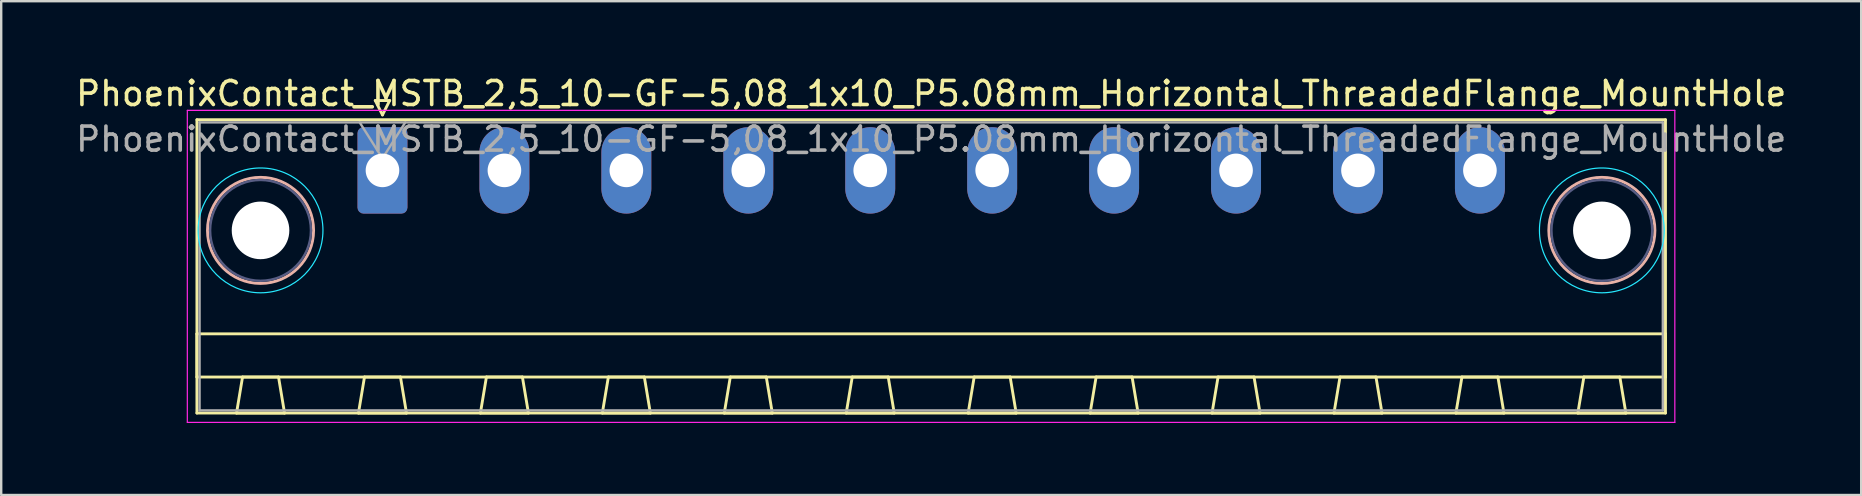
<source format=kicad_pcb>
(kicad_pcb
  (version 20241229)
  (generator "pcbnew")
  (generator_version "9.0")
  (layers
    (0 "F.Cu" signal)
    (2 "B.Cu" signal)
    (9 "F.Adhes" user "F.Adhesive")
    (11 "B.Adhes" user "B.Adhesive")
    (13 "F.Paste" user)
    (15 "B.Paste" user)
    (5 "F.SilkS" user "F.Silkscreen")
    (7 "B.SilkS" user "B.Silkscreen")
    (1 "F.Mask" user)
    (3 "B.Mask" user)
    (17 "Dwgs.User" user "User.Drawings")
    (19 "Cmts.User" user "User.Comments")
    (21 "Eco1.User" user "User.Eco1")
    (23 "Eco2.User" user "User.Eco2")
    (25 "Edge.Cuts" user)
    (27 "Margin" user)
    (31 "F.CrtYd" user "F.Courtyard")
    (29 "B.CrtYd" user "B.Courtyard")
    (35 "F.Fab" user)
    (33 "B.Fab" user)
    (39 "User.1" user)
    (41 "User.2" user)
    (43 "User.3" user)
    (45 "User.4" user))
  (footprint "PhoenixContact_MSTB_2,5_10-GF-5,08_1x10_P5.08mm_Horizontal_ThreadedFlange_MountHole"
    (layer "F.Cu")
    (at 12.884 4.048)
    (property "Reference" "PhoenixContact_MSTB_2,5_10-GF-5,08_1x10_P5.08mm_Horizontal_ThreadedFlange_MountHole" (at 22.86 -3.2 0) (layer "F.SilkS") (effects (font (size 1 1) (thickness 0.15))))
    (attr through_hole)
    (fp_line (start -7.73 -2.11) (end -7.73 10.11) (stroke (width 0.12) (type solid)) (layer "F.SilkS"))
    (fp_line (start -7.73 6.81) (end 53.45 6.81) (stroke (width 0.12) (type solid)) (layer "F.SilkS"))
    (fp_line (start -7.73 8.61) (end -7.73 6.81) (stroke (width 0.12) (type solid)) (layer "F.SilkS"))
    (fp_line (start -7.73 10.11) (end 53.45 10.11) (stroke (width 0.12) (type solid)) (layer "F.SilkS"))
    (fp_line (start -6.08 10.11) (end -4.08 10.11) (stroke (width 0.12) (type solid)) (layer "F.SilkS"))
    (fp_line (start -5.83 8.61) (end -6.08 10.11) (stroke (width 0.12) (type solid)) (layer "F.SilkS"))
    (fp_line (start -4.33 8.61) (end -5.83 8.61) (stroke (width 0.12) (type solid)) (layer "F.SilkS"))
    (fp_line (start -4.08 10.11) (end -4.33 8.61) (stroke (width 0.12) (type solid)) (layer "F.SilkS"))
    (fp_line (start -1 10.11) (end 1 10.11) (stroke (width 0.12) (type solid)) (layer "F.SilkS"))
    (fp_line (start -0.75 8.61) (end -1 10.11) (stroke (width 0.12) (type solid)) (layer "F.SilkS"))
    (fp_line (start -0.3 -2.91) (end 0.3 -2.91) (stroke (width 0.12) (type solid)) (layer "F.SilkS"))
    (fp_line (start 0 -2.31) (end -0.3 -2.91) (stroke (width 0.12) (type solid)) (layer "F.SilkS"))
    (fp_line (start 0.3 -2.91) (end 0 -2.31) (stroke (width 0.12) (type solid)) (layer "F.SilkS"))
    (fp_line (start 0.75 8.61) (end -0.75 8.61) (stroke (width 0.12) (type solid)) (layer "F.SilkS"))
    (fp_line (start 1 10.11) (end 0.75 8.61) (stroke (width 0.12) (type solid)) (layer "F.SilkS"))
    (fp_line (start 4.08 10.11) (end 6.08 10.11) (stroke (width 0.12) (type solid)) (layer "F.SilkS"))
    (fp_line (start 4.33 8.61) (end 4.08 10.11) (stroke (width 0.12) (type solid)) (layer "F.SilkS"))
    (fp_line (start 5.83 8.61) (end 4.33 8.61) (stroke (width 0.12) (type solid)) (layer "F.SilkS"))
    (fp_line (start 6.08 10.11) (end 5.83 8.61) (stroke (width 0.12) (type solid)) (layer "F.SilkS"))
    (fp_line (start 9.16 10.11) (end 11.16 10.11) (stroke (width 0.12) (type solid)) (layer "F.SilkS"))
    (fp_line (start 9.41 8.61) (end 9.16 10.11) (stroke (width 0.12) (type solid)) (layer "F.SilkS"))
    (fp_line (start 10.91 8.61) (end 9.41 8.61) (stroke (width 0.12) (type solid)) (layer "F.SilkS"))
    (fp_line (start 11.16 10.11) (end 10.91 8.61) (stroke (width 0.12) (type solid)) (layer "F.SilkS"))
    (fp_line (start 14.24 10.11) (end 16.24 10.11) (stroke (width 0.12) (type solid)) (layer "F.SilkS"))
    (fp_line (start 14.49 8.61) (end 14.24 10.11) (stroke (width 0.12) (type solid)) (layer "F.SilkS"))
    (fp_line (start 15.99 8.61) (end 14.49 8.61) (stroke (width 0.12) (type solid)) (layer "F.SilkS"))
    (fp_line (start 16.24 10.11) (end 15.99 8.61) (stroke (width 0.12) (type solid)) (layer "F.SilkS"))
    (fp_line (start 19.32 10.11) (end 21.32 10.11) (stroke (width 0.12) (type solid)) (layer "F.SilkS"))
    (fp_line (start 19.57 8.61) (end 19.32 10.11) (stroke (width 0.12) (type solid)) (layer "F.SilkS"))
    (fp_line (start 21.07 8.61) (end 19.57 8.61) (stroke (width 0.12) (type solid)) (layer "F.SilkS"))
    (fp_line (start 21.32 10.11) (end 21.07 8.61) (stroke (width 0.12) (type solid)) (layer "F.SilkS"))
    (fp_line (start 24.4 10.11) (end 26.4 10.11) (stroke (width 0.12) (type solid)) (layer "F.SilkS"))
    (fp_line (start 24.65 8.61) (end 24.4 10.11) (stroke (width 0.12) (type solid)) (layer "F.SilkS"))
    (fp_line (start 26.15 8.61) (end 24.65 8.61) (stroke (width 0.12) (type solid)) (layer "F.SilkS"))
    (fp_line (start 26.4 10.11) (end 26.15 8.61) (stroke (width 0.12) (type solid)) (layer "F.SilkS"))
    (fp_line (start 29.48 10.11) (end 31.48 10.11) (stroke (width 0.12) (type solid)) (layer "F.SilkS"))
    (fp_line (start 29.73 8.61) (end 29.48 10.11) (stroke (width 0.12) (type solid)) (layer "F.SilkS"))
    (fp_line (start 31.23 8.61) (end 29.73 8.61) (stroke (width 0.12) (type solid)) (layer "F.SilkS"))
    (fp_line (start 31.48 10.11) (end 31.23 8.61) (stroke (width 0.12) (type solid)) (layer "F.SilkS"))
    (fp_line (start 34.56 10.11) (end 36.56 10.11) (stroke (width 0.12) (type solid)) (layer "F.SilkS"))
    (fp_line (start 34.81 8.61) (end 34.56 10.11) (stroke (width 0.12) (type solid)) (layer "F.SilkS"))
    (fp_line (start 36.31 8.61) (end 34.81 8.61) (stroke (width 0.12) (type solid)) (layer "F.SilkS"))
    (fp_line (start 36.56 10.11) (end 36.31 8.61) (stroke (width 0.12) (type solid)) (layer "F.SilkS"))
    (fp_line (start 39.64 10.11) (end 41.64 10.11) (stroke (width 0.12) (type solid)) (layer "F.SilkS"))
    (fp_line (start 39.89 8.61) (end 39.64 10.11) (stroke (width 0.12) (type solid)) (layer "F.SilkS"))
    (fp_line (start 41.39 8.61) (end 39.89 8.61) (stroke (width 0.12) (type solid)) (layer "F.SilkS"))
    (fp_line (start 41.64 10.11) (end 41.39 8.61) (stroke (width 0.12) (type solid)) (layer "F.SilkS"))
    (fp_line (start 44.72 10.11) (end 46.72 10.11) (stroke (width 0.12) (type solid)) (layer "F.SilkS"))
    (fp_line (start 44.97 8.61) (end 44.72 10.11) (stroke (width 0.12) (type solid)) (layer "F.SilkS"))
    (fp_line (start 46.47 8.61) (end 44.97 8.61) (stroke (width 0.12) (type solid)) (layer "F.SilkS"))
    (fp_line (start 46.72 10.11) (end 46.47 8.61) (stroke (width 0.12) (type solid)) (layer "F.SilkS"))
    (fp_line (start 49.8 10.11) (end 51.8 10.11) (stroke (width 0.12) (type solid)) (layer "F.SilkS"))
    (fp_line (start 50.05 8.61) (end 49.8 10.11) (stroke (width 0.12) (type solid)) (layer "F.SilkS"))
    (fp_line (start 51.55 8.61) (end 50.05 8.61) (stroke (width 0.12) (type solid)) (layer "F.SilkS"))
    (fp_line (start 51.8 10.11) (end 51.55 8.61) (stroke (width 0.12) (type solid)) (layer "F.SilkS"))
    (fp_line (start 53.45 -2.11) (end -7.73 -2.11) (stroke (width 0.12) (type solid)) (layer "F.SilkS"))
    (fp_line (start 53.45 6.81) (end 53.45 8.61) (stroke (width 0.12) (type solid)) (layer "F.SilkS"))
    (fp_line (start 53.45 8.61) (end -7.73 8.61) (stroke (width 0.12) (type solid)) (layer "F.SilkS"))
    (fp_line (start 53.45 10.11) (end 53.45 -2.11) (stroke (width 0.12) (type solid)) (layer "F.SilkS"))
    (fp_circle (center -5.08 2.5) (end -2.87 2.5) (stroke (width 0.12) (type solid)) (fill no) (layer "B.SilkS"))
    (fp_circle (center 50.8 2.5) (end 53.01 2.5) (stroke (width 0.12) (type solid)) (fill no) (layer "B.SilkS"))
    (fp_circle (center -5.08 2.5) (end -2.48 2.5) (stroke (width 0.05) (type solid)) (fill no) (layer "B.CrtYd"))
    (fp_circle (center 50.8 2.5) (end 53.4 2.5) (stroke (width 0.05) (type solid)) (fill no) (layer "B.CrtYd"))
    (fp_line (start -8.13 -2.5) (end -8.13 10.5) (stroke (width 0.05) (type solid)) (layer "F.CrtYd"))
    (fp_line (start -8.13 10.5) (end 53.84 10.5) (stroke (width 0.05) (type solid)) (layer "F.CrtYd"))
    (fp_line (start 53.84 -2.5) (end -8.13 -2.5) (stroke (width 0.05) (type solid)) (layer "F.CrtYd"))
    (fp_line (start 53.84 10.5) (end 53.84 -2.5) (stroke (width 0.05) (type solid)) (layer "F.CrtYd"))
    (fp_circle (center -5.08 2.5) (end -2.98 2.5) (stroke (width 0.1) (type solid)) (fill no) (layer "B.Fab"))
    (fp_circle (center 50.8 2.5) (end 52.9 2.5) (stroke (width 0.1) (type solid)) (fill no) (layer "B.Fab"))
    (fp_line (start -7.62 -2) (end -7.62 10) (stroke (width 0.1) (type solid)) (layer "F.Fab"))
    (fp_line (start -7.62 10) (end 53.34 10) (stroke (width 0.1) (type solid)) (layer "F.Fab"))
    (fp_line (start 0 -0.5) (end -0.95 -2) (stroke (width 0.1) (type solid)) (layer "F.Fab"))
    (fp_line (start 0.95 -2) (end 0 -0.5) (stroke (width 0.1) (type solid)) (layer "F.Fab"))
    (fp_line (start 53.34 -2) (end -7.62 -2) (stroke (width 0.1) (type solid)) (layer "F.Fab"))
    (fp_line (start 53.34 10) (end 53.34 -2) (stroke (width 0.1) (type solid)) (layer "F.Fab"))
    (fp_text user "${REFERENCE}" (at 22.86 -1.3 0) (layer "F.Fab") (effects (font (size 1 1) (thickness 0.15))))
    (pad "" np_thru_hole circle (at -5.08 2.5) (size 2.4 2.4) (drill 2.4) (layers "*.Cu" "*.Mask"))
    (pad "" np_thru_hole circle (at 50.8 2.5) (size 2.4 2.4) (drill 2.4) (layers "*.Cu" "*.Mask"))
    (pad "1" thru_hole roundrect (at 0 0) (size 2.08 3.6) (drill 1.4) (layers "*.Cu" "*.Mask") (roundrect_rratio 0.12))
    (pad "2" thru_hole oval (at 5.08 0) (size 2.08 3.6) (drill 1.4) (layers "*.Cu" "*.Mask"))
    (pad "3" thru_hole oval (at 10.16 0) (size 2.08 3.6) (drill 1.4) (layers "*.Cu" "*.Mask"))
    (pad "4" thru_hole oval (at 15.24 0) (size 2.08 3.6) (drill 1.4) (layers "*.Cu" "*.Mask"))
    (pad "5" thru_hole oval (at 20.32 0) (size 2.08 3.6) (drill 1.4) (layers "*.Cu" "*.Mask"))
    (pad "6" thru_hole oval (at 25.4 0) (size 2.08 3.6) (drill 1.4) (layers "*.Cu" "*.Mask"))
    (pad "7" thru_hole oval (at 30.48 0) (size 2.08 3.6) (drill 1.4) (layers "*.Cu" "*.Mask"))
    (pad "8" thru_hole oval (at 35.56 0) (size 2.08 3.6) (drill 1.4) (layers "*.Cu" "*.Mask"))
    (pad "9" thru_hole oval (at 40.64 0) (size 2.08 3.6) (drill 1.4) (layers "*.Cu" "*.Mask"))
    (pad "10" thru_hole oval (at 45.72 0) (size 2.08 3.6) (drill 1.4) (layers "*.Cu" "*.Mask")))
  (gr_rect
    (start -3 -3)
    (end 74.488 17.573)
    (stroke (width 0.1) (type default))
    (fill no)
    (layer "Edge.Cuts")))
</source>
